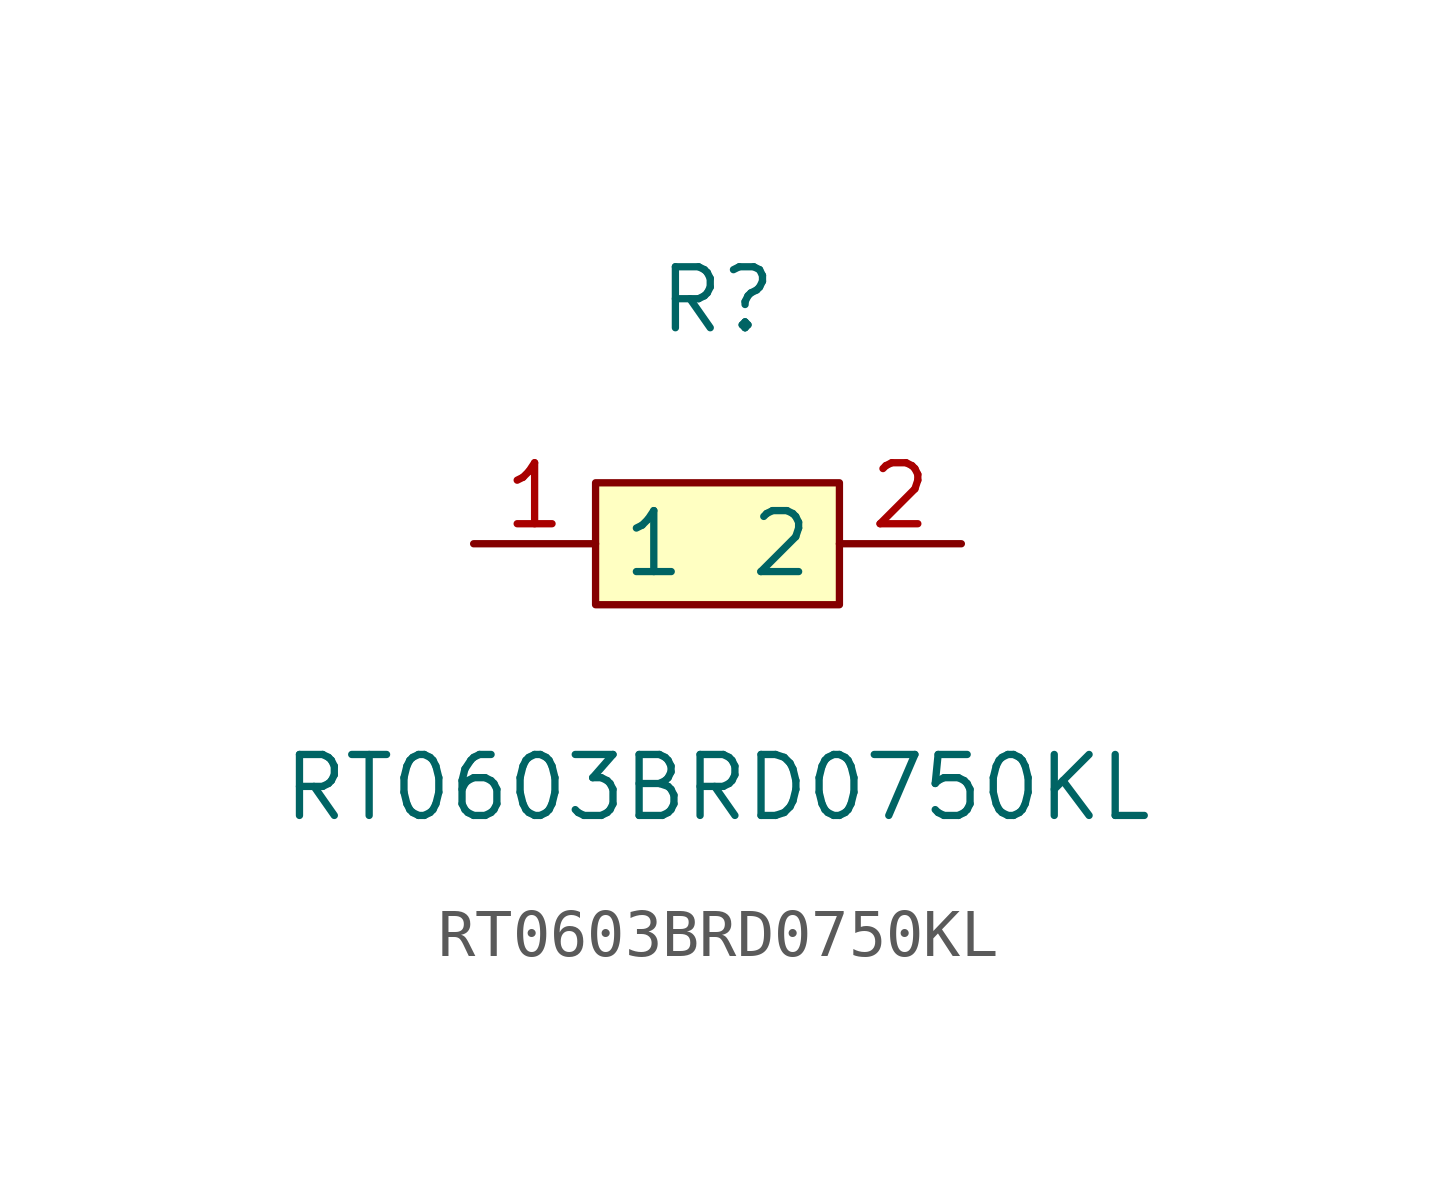
<source format=kicad_sym>
(kicad_symbol_lib
  (version 1)
  (generator "faebryk")
  (symbol "RT0603BRD0750KL"
    (property "Reference" "R"
      (at 0 5.08 0)
      (effects (font (size 1.27 1.27)) (hide no)))
    (property "Value" "RT0603BRD0750KL"
      (at 0 -5.08 0)
      (effects (font (size 1.27 1.27)) (hide no)))
    (symbol "RT0603BRD0750KL_0_1"
      (rectangle (start -2.54 1.27) (end 2.54 -1.27) (stroke (width 0) (type default) (color 0 0 0 0)) (fill (type background)))
      (pin unspecified line (at 5.08 0 180) (length 2.54) (name "2" (effects (font (size 1.27 1.27)) (hide no))) (number "2" (effects (font (size 1.27 1.27)) (hide no))))
      (pin unspecified line (at -5.08 0 0) (length 2.54) (name "1" (effects (font (size 1.27 1.27)) (hide no))) (number "1" (effects (font (size 1.27 1.27)) (hide no)))))))
</source>
